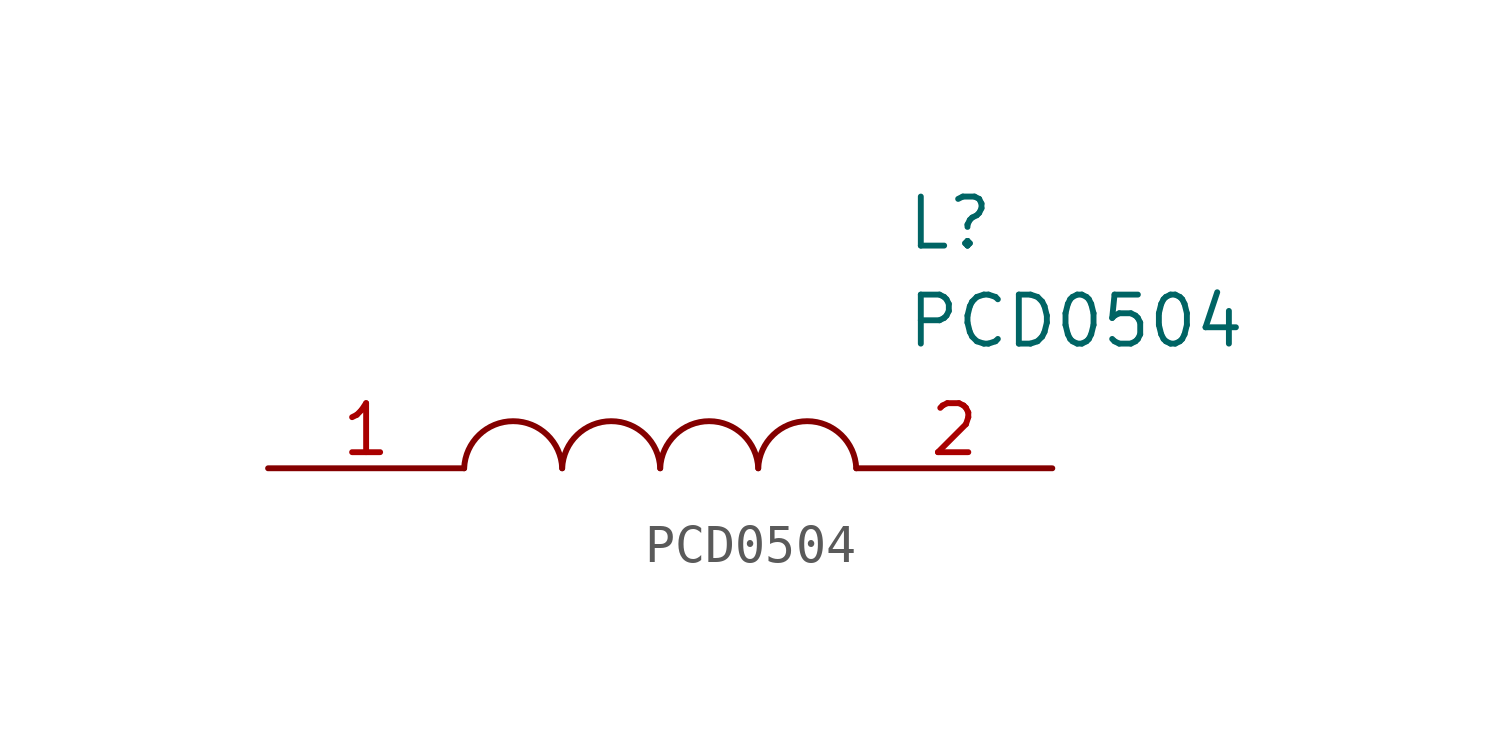
<source format=kicad_sym>
(kicad_symbol_lib
  (version 20220914)
  (generator kicad_symbol_editor)
  (symbol "PCD0504"
    (pin_names
      (offset 0.762))
    (property "Reference" "L"
      (at 16.51 6.35 0)
      (effects (font (size 1.27 1.27)) (justify left)))
    (property "Value" "PCD0504"
      (at 16.51 3.81 0)
      (effects (font (size 1.27 1.27)) (justify left)))
    (symbol "PCD0504_0_0"
      (pin passive line (at 0 0 0) (length 5.08) (name "~" (effects (font (size 1.27 1.27)))) (number "1" (effects (font (size 1.27 1.27)))))
      (pin passive line (at 20.32 0 180) (length 5.08) (name "~" (effects (font (size 1.27 1.27)))) (number "2" (effects (font (size 1.27 1.27))))))
    (symbol "PCD0504_0_1"
      (arc (start 7.62 0) (mid 6.35 1.2202) (end 5.08 0) (stroke (width 0.1524) (type solid)) (fill (type none)))
      (arc (start 10.16 0) (mid 8.89 1.2202) (end 7.62 0) (stroke (width 0.1524) (type solid)) (fill (type none)))
      (arc (start 12.7 0) (mid 11.43 1.2202) (end 10.16 0) (stroke (width 0.1524) (type solid)) (fill (type none)))
      (arc (start 15.24 0) (mid 13.97 1.2202) (end 12.7 0) (stroke (width 0.1524) (type solid)) (fill (type none))))))
</source>
